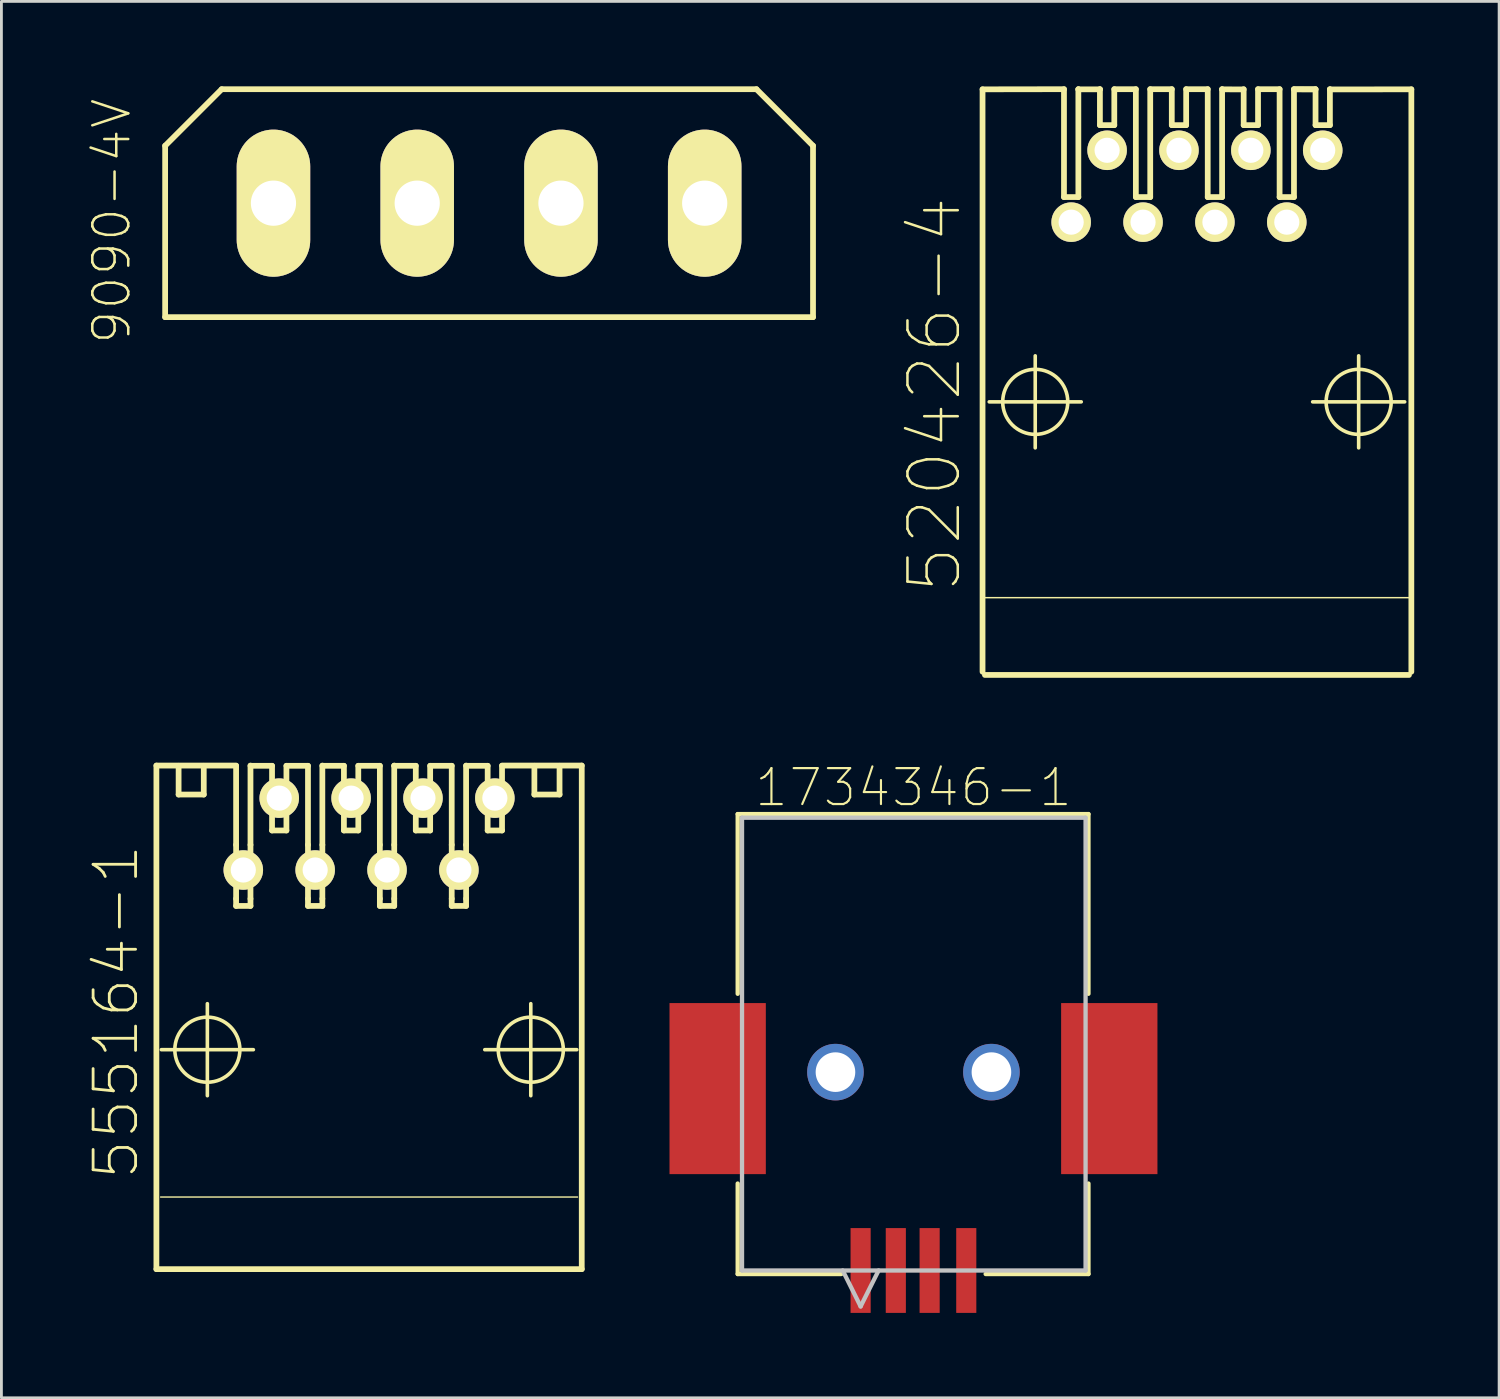
<source format=kicad_pcb>
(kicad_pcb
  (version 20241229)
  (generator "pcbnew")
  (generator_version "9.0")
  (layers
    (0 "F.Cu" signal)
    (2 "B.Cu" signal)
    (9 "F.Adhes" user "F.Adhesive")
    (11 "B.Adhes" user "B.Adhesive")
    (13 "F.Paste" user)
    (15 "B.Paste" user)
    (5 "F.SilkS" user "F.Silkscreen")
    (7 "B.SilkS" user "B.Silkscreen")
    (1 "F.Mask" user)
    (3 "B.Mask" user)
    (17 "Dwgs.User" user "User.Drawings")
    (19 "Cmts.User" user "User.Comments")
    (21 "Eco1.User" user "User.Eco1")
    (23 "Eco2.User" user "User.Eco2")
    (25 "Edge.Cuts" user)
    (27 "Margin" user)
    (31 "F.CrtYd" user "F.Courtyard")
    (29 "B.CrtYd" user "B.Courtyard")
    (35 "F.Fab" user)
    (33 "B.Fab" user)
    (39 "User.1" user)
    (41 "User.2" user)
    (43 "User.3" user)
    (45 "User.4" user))
  (footprint "1734346-1"
    (layer "F.Cu")
    (at 29.232 34.839)
    (property "Reference" "1734346-1" (at 0 -10.058 0) (layer "F.SilkS") (effects (font (size 1.27 1.27) (thickness 0.076))))
    (attr smd)
    (fp_line (start -6.212 -9.119) (end -6.212 -2.769) (stroke (width 0.152) (type solid)) (layer "F.SilkS"))
    (fp_line (start -6.212 3.937) (end -6.212 7.135) (stroke (width 0.152) (type solid)) (layer "F.SilkS"))
    (fp_line (start -6.212 7.135) (end -2.551 7.135) (stroke (width 0.152) (type solid)) (layer "F.SilkS"))
    (fp_line (start 2.551 7.135) (end 6.184 7.135) (stroke (width 0.152) (type solid)) (layer "F.SilkS"))
    (fp_line (start 6.184 -9.119) (end -6.212 -9.119) (stroke (width 0.152) (type solid)) (layer "F.SilkS"))
    (fp_line (start 6.184 -2.769) (end 6.184 -9.119) (stroke (width 0.152) (type solid)) (layer "F.SilkS"))
    (fp_line (start 6.184 7.135) (end 6.184 3.937) (stroke (width 0.152) (type solid)) (layer "F.SilkS"))
    (fp_line (start -6.059 -8.992) (end -6.059 7.01) (stroke (width 0.152) (type solid)) (layer "Dwgs.User"))
    (fp_line (start -6.059 7.01) (end 6.082 7.01) (stroke (width 0.152) (type solid)) (layer "Dwgs.User"))
    (fp_line (start -2.501 7.01) (end -1.868 8.28) (stroke (width 0.152) (type solid)) (layer "Dwgs.User"))
    (fp_line (start -1.233 7.01) (end -1.868 8.28) (stroke (width 0.152) (type solid)) (layer "Dwgs.User"))
    (fp_line (start 6.082 -8.992) (end -6.059 -8.992) (stroke (width 0.152) (type solid)) (layer "Dwgs.User"))
    (fp_line (start 6.082 7.01) (end 6.082 -8.992) (stroke (width 0.152) (type solid)) (layer "Dwgs.User"))
    (pad "1" smd rect (at -1.868 7.01) (size 0.711 2.997) (layers "F.Cu" "F.Mask" "F.Paste"))
    (pad "2" smd rect (at 0.571 7.01) (size 0.711 2.997) (layers "F.Cu" "F.Mask" "F.Paste"))
    (pad "3" smd rect (at 1.866 7.01) (size 0.711 2.997) (layers "F.Cu" "F.Mask" "F.Paste"))
    (pad "4" smd rect (at -0.624 7.01) (size 0.711 2.997) (layers "F.Cu" "F.Mask" "F.Paste"))
    (pad "5" smd rect (at -6.92 0.582) (size 3.404 6.045) (layers "F.Cu" "F.Mask" "F.Paste"))
    (pad "5" thru_hole circle (at -2.757 0) (size 2 2) (drill 1.4) (layers "*.Cu" "*.Paste" "*.Mask"))
    (pad "5" thru_hole circle (at 2.755 0) (size 2 2) (drill 1.4) (layers "*.Cu" "*.Paste" "*.Mask"))
    (pad "5" smd rect (at 6.92 0.582) (size 3.404 6.045) (layers "F.Cu" "F.Mask" "F.Paste")))
  (footprint "9090-4V"
    (layer "F.Cu")
    (at 14.234 4.13)
    (property "Reference" "9090-4V" (at -13.335 0.635 90) (layer "F.SilkS") (effects (font (size 1.27 1.27) (thickness 0.089))))
    (attr exclude_from_pos_files exclude_from_bom)
    (fp_line (start -11.448 -2.029) (end -9.449 -4.028) (stroke (width 0.203) (type solid)) (layer "F.SilkS"))
    (fp_line (start -11.448 4.028) (end -11.448 -2.029) (stroke (width 0.203) (type solid)) (layer "F.SilkS"))
    (fp_line (start -9.449 -4.028) (end 9.449 -4.028) (stroke (width 0.203) (type solid)) (layer "F.SilkS"))
    (fp_line (start 9.449 -4.028) (end 11.448 -2.029) (stroke (width 0.203) (type solid)) (layer "F.SilkS"))
    (fp_line (start 11.448 -2.029) (end 11.448 4.028) (stroke (width 0.203) (type solid)) (layer "F.SilkS"))
    (fp_line (start 11.448 4.028) (end -11.448 4.028) (stroke (width 0.203) (type solid)) (layer "F.SilkS"))
    (pad "1" thru_hole oval (at -7.62 0) (size 2.598 5.199) (drill 1.598) (layers "*.Cu" "F.Mask" "F.SilkS" "F.Paste"))
    (pad "2" thru_hole oval (at -2.54 0) (size 2.598 5.199) (drill 1.598) (layers "*.Cu" "F.Mask" "F.SilkS" "F.Paste"))
    (pad "3" thru_hole oval (at 2.54 0) (size 2.598 5.199) (drill 1.598) (layers "*.Cu" "F.Mask" "F.SilkS" "F.Paste"))
    (pad "4" thru_hole oval (at 7.62 0) (size 2.598 5.199) (drill 1.598) (layers "*.Cu" "F.Mask" "F.SilkS" "F.Paste")))
  (footprint "520426-4"
    (layer "F.Cu")
    (at 39.25 11.151)
    (property "Reference" "520426-4" (at -9.271 -0.254 90) (layer "F.SilkS") (effects (font (size 1.778 1.778) (thickness 0.089))))
    (attr exclude_from_pos_files exclude_from_bom)
    (fp_line (start -7.577 -11.044) (end -4.699 -11.049) (stroke (width 0.203) (type solid)) (layer "F.SilkS"))
    (fp_line (start -7.577 9.538) (end -7.577 -11.044) (stroke (width 0.203) (type solid)) (layer "F.SilkS"))
    (fp_line (start -7.341 0) (end -4.089 0) (stroke (width 0.127) (type solid)) (layer "F.SilkS"))
    (fp_line (start -5.715 1.626) (end -5.715 -1.626) (stroke (width 0.127) (type solid)) (layer "F.SilkS"))
    (fp_line (start -4.699 -11.049) (end -4.699 -7.236) (stroke (width 0.203) (type solid)) (layer "F.SilkS"))
    (fp_line (start -4.699 -7.236) (end -4.191 -7.236) (stroke (width 0.203) (type solid)) (layer "F.SilkS"))
    (fp_line (start -4.191 -11.049) (end -4.191 -11.044) (stroke (width 0.203) (type solid)) (layer "F.SilkS"))
    (fp_line (start -4.191 -11.044) (end -4.191 -7.236) (stroke (width 0.203) (type solid)) (layer "F.SilkS"))
    (fp_line (start -4.191 -11.044) (end -3.429 -11.044) (stroke (width 0.203) (type solid)) (layer "F.SilkS"))
    (fp_line (start -3.429 -11.049) (end -3.429 -11.044) (stroke (width 0.203) (type solid)) (layer "F.SilkS"))
    (fp_line (start -3.429 -11.044) (end -3.429 -9.779) (stroke (width 0.203) (type solid)) (layer "F.SilkS"))
    (fp_line (start -3.429 -9.779) (end -2.921 -9.779) (stroke (width 0.203) (type solid)) (layer "F.SilkS"))
    (fp_line (start -2.921 -11.049) (end -2.921 -9.779) (stroke (width 0.203) (type solid)) (layer "F.SilkS"))
    (fp_line (start -2.921 -11.049) (end -2.159 -11.049) (stroke (width 0.203) (type solid)) (layer "F.SilkS"))
    (fp_line (start -2.159 -11.049) (end -2.159 -7.236) (stroke (width 0.203) (type solid)) (layer "F.SilkS"))
    (fp_line (start -2.159 -7.236) (end -1.651 -7.236) (stroke (width 0.203) (type solid)) (layer "F.SilkS"))
    (fp_line (start -1.651 -11.049) (end -1.651 -7.236) (stroke (width 0.203) (type solid)) (layer "F.SilkS"))
    (fp_line (start -1.651 -11.049) (end -0.889 -11.049) (stroke (width 0.203) (type solid)) (layer "F.SilkS"))
    (fp_line (start -0.889 -11.049) (end -0.889 -9.779) (stroke (width 0.203) (type solid)) (layer "F.SilkS"))
    (fp_line (start -0.889 -9.779) (end -0.381 -9.779) (stroke (width 0.203) (type solid)) (layer "F.SilkS"))
    (fp_line (start -0.381 -11.049) (end -0.381 -9.779) (stroke (width 0.203) (type solid)) (layer "F.SilkS"))
    (fp_line (start -0.381 -11.049) (end 0.381 -11.049) (stroke (width 0.203) (type solid)) (layer "F.SilkS"))
    (fp_line (start 0.381 -11.049) (end 0.381 -7.236) (stroke (width 0.203) (type solid)) (layer "F.SilkS"))
    (fp_line (start 0.381 -7.236) (end 0.889 -7.236) (stroke (width 0.203) (type solid)) (layer "F.SilkS"))
    (fp_line (start 0.889 -11.049) (end 0.889 -11.044) (stroke (width 0.203) (type solid)) (layer "F.SilkS"))
    (fp_line (start 0.889 -11.044) (end 0.889 -7.236) (stroke (width 0.203) (type solid)) (layer "F.SilkS"))
    (fp_line (start 0.889 -11.044) (end 1.651 -11.041) (stroke (width 0.203) (type solid)) (layer "F.SilkS"))
    (fp_line (start 1.651 -11.049) (end 1.651 -9.779) (stroke (width 0.203) (type solid)) (layer "F.SilkS"))
    (fp_line (start 1.651 -9.779) (end 2.159 -9.779) (stroke (width 0.203) (type solid)) (layer "F.SilkS"))
    (fp_line (start 2.159 -11.049) (end 2.159 -9.779) (stroke (width 0.203) (type solid)) (layer "F.SilkS"))
    (fp_line (start 2.159 -11.049) (end 2.921 -11.049) (stroke (width 0.203) (type solid)) (layer "F.SilkS"))
    (fp_line (start 2.921 -11.049) (end 2.921 -7.236) (stroke (width 0.203) (type solid)) (layer "F.SilkS"))
    (fp_line (start 2.921 -7.236) (end 3.429 -7.236) (stroke (width 0.203) (type solid)) (layer "F.SilkS"))
    (fp_line (start 3.429 -11.049) (end 4.191 -11.049) (stroke (width 0.203) (type solid)) (layer "F.SilkS"))
    (fp_line (start 3.429 -11.044) (end 3.429 -7.236) (stroke (width 0.203) (type solid)) (layer "F.SilkS"))
    (fp_line (start 3.429 -11.044) (end 4.191 -11.041) (stroke (width 0.203) (type solid)) (layer "F.SilkS"))
    (fp_line (start 4.089 0) (end 7.341 0) (stroke (width 0.127) (type solid)) (layer "F.SilkS"))
    (fp_line (start 4.191 -11.049) (end 4.191 -9.779) (stroke (width 0.203) (type solid)) (layer "F.SilkS"))
    (fp_line (start 4.191 -9.779) (end 4.699 -9.779) (stroke (width 0.203) (type solid)) (layer "F.SilkS"))
    (fp_line (start 4.699 -11.049) (end 4.699 -11.041) (stroke (width 0.203) (type solid)) (layer "F.SilkS"))
    (fp_line (start 4.699 -11.041) (end 4.699 -9.779) (stroke (width 0.203) (type solid)) (layer "F.SilkS"))
    (fp_line (start 4.699 -11.041) (end 7.577 -11.044) (stroke (width 0.203) (type solid)) (layer "F.SilkS"))
    (fp_line (start 5.715 1.626) (end 5.715 -1.626) (stroke (width 0.127) (type solid)) (layer "F.SilkS"))
    (fp_line (start 7.493 9.652) (end -7.493 9.652) (stroke (width 0.203) (type solid)) (layer "F.SilkS"))
    (fp_line (start 7.556 6.921) (end -7.556 6.921) (stroke (width 0.051) (type solid)) (layer "F.SilkS"))
    (fp_line (start 7.577 -11.044) (end 7.577 9.538) (stroke (width 0.203) (type solid)) (layer "F.SilkS"))
    (fp_circle (center -5.715 0) (end -6.528 0.813) (stroke (width 0.127) (type solid)) (fill no) (layer "F.SilkS"))
    (fp_circle (center 5.715 0) (end 6.528 0.813) (stroke (width 0.127) (type solid)) (fill no) (layer "F.SilkS"))
    (pad "1" thru_hole circle (at -4.445 -6.35) (size 1.397 1.397) (drill 0.889) (layers "*.Cu" "F.Mask" "F.SilkS" "F.Paste"))
    (pad "2" thru_hole circle (at -3.175 -8.89) (size 1.397 1.397) (drill 0.889) (layers "*.Cu" "F.Mask" "F.SilkS" "F.Paste"))
    (pad "3" thru_hole circle (at -1.905 -6.35) (size 1.397 1.397) (drill 0.889) (layers "*.Cu" "F.Mask" "F.SilkS" "F.Paste"))
    (pad "4" thru_hole circle (at -0.635 -8.89) (size 1.397 1.397) (drill 0.889) (layers "*.Cu" "F.Mask" "F.SilkS" "F.Paste"))
    (pad "5" thru_hole circle (at 0.635 -6.35) (size 1.397 1.397) (drill 0.889) (layers "*.Cu" "F.Mask" "F.SilkS" "F.Paste"))
    (pad "6" thru_hole circle (at 1.905 -8.89) (size 1.397 1.397) (drill 0.889) (layers "*.Cu" "F.Mask" "F.SilkS" "F.Paste"))
    (pad "7" thru_hole circle (at 3.175 -6.35) (size 1.397 1.397) (drill 0.889) (layers "*.Cu" "F.Mask" "F.SilkS" "F.Paste"))
    (pad "8" thru_hole circle (at 4.445 -8.89) (size 1.397 1.397) (drill 0.889) (layers "*.Cu" "F.Mask" "F.SilkS" "F.Paste")))
  (footprint "555164-1"
    (layer "F.Cu")
    (at 9.993 32.903)
    (property "Reference" "555164-1" (at -8.941 -0.191 90) (layer "F.SilkS") (effects (font (size 1.501 1.501) (thickness 0.099))))
    (attr exclude_from_pos_files exclude_from_bom)
    (fp_line (start -7.516 -8.898) (end -4.699 -8.898) (stroke (width 0.203) (type solid)) (layer "F.SilkS"))
    (fp_line (start -7.516 8.898) (end -7.516 -8.898) (stroke (width 0.203) (type solid)) (layer "F.SilkS"))
    (fp_line (start -7.366 6.35) (end 7.366 6.35) (stroke (width 0.051) (type solid)) (layer "F.SilkS"))
    (fp_line (start -7.341 1.143) (end -4.089 1.143) (stroke (width 0.127) (type solid)) (layer "F.SilkS"))
    (fp_line (start -6.731 -8.89) (end -6.731 -7.874) (stroke (width 0.203) (type solid)) (layer "F.SilkS"))
    (fp_line (start -6.731 -7.874) (end -5.842 -7.874) (stroke (width 0.203) (type solid)) (layer "F.SilkS"))
    (fp_line (start -5.842 -7.874) (end -5.842 -8.89) (stroke (width 0.203) (type solid)) (layer "F.SilkS"))
    (fp_line (start -5.715 2.769) (end -5.715 -0.483) (stroke (width 0.127) (type solid)) (layer "F.SilkS"))
    (fp_line (start -4.699 -6.096) (end -4.699 -8.89) (stroke (width 0.203) (type solid)) (layer "F.SilkS"))
    (fp_line (start -4.699 -6.096) (end -4.699 -4.191) (stroke (width 0.203) (type solid)) (layer "F.SilkS"))
    (fp_line (start -4.699 -3.937) (end -4.699 -4.191) (stroke (width 0.203) (type solid)) (layer "F.SilkS"))
    (fp_line (start -4.191 -8.89) (end -3.429 -8.89) (stroke (width 0.203) (type solid)) (layer "F.SilkS"))
    (fp_line (start -4.191 -6.096) (end -4.191 -8.898) (stroke (width 0.203) (type solid)) (layer "F.SilkS"))
    (fp_line (start -4.191 -6.096) (end -4.191 -4.191) (stroke (width 0.203) (type solid)) (layer "F.SilkS"))
    (fp_line (start -4.191 -3.937) (end -4.699 -3.937) (stroke (width 0.203) (type solid)) (layer "F.SilkS"))
    (fp_line (start -4.191 -3.937) (end -4.191 -4.191) (stroke (width 0.203) (type solid)) (layer "F.SilkS"))
    (fp_line (start -3.429 -8.89) (end -3.429 -6.604) (stroke (width 0.203) (type solid)) (layer "F.SilkS"))
    (fp_line (start -2.921 -8.89) (end -2.921 -6.604) (stroke (width 0.203) (type solid)) (layer "F.SilkS"))
    (fp_line (start -2.921 -8.89) (end -2.159 -8.89) (stroke (width 0.203) (type solid)) (layer "F.SilkS"))
    (fp_line (start -2.921 -6.604) (end -3.429 -6.604) (stroke (width 0.203) (type solid)) (layer "F.SilkS"))
    (fp_line (start -2.159 -6.096) (end -2.159 -8.89) (stroke (width 0.203) (type solid)) (layer "F.SilkS"))
    (fp_line (start -2.159 -6.096) (end -2.159 -4.191) (stroke (width 0.203) (type solid)) (layer "F.SilkS"))
    (fp_line (start -2.159 -3.937) (end -2.159 -4.191) (stroke (width 0.203) (type solid)) (layer "F.SilkS"))
    (fp_line (start -1.651 -8.89) (end -0.889 -8.89) (stroke (width 0.203) (type solid)) (layer "F.SilkS"))
    (fp_line (start -1.651 -6.096) (end -1.651 -8.898) (stroke (width 0.203) (type solid)) (layer "F.SilkS"))
    (fp_line (start -1.651 -6.096) (end -1.651 -4.191) (stroke (width 0.203) (type solid)) (layer "F.SilkS"))
    (fp_line (start -1.651 -3.937) (end -2.159 -3.937) (stroke (width 0.203) (type solid)) (layer "F.SilkS"))
    (fp_line (start -1.651 -3.937) (end -1.651 -4.191) (stroke (width 0.203) (type solid)) (layer "F.SilkS"))
    (fp_line (start -0.889 -8.89) (end -0.889 -6.604) (stroke (width 0.203) (type solid)) (layer "F.SilkS"))
    (fp_line (start -0.381 -8.89) (end -0.381 -6.604) (stroke (width 0.203) (type solid)) (layer "F.SilkS"))
    (fp_line (start -0.381 -8.89) (end 0.381 -8.89) (stroke (width 0.203) (type solid)) (layer "F.SilkS"))
    (fp_line (start -0.381 -6.604) (end -0.889 -6.604) (stroke (width 0.203) (type solid)) (layer "F.SilkS"))
    (fp_line (start 0.381 -6.096) (end 0.381 -8.89) (stroke (width 0.203) (type solid)) (layer "F.SilkS"))
    (fp_line (start 0.381 -6.096) (end 0.381 -4.191) (stroke (width 0.203) (type solid)) (layer "F.SilkS"))
    (fp_line (start 0.381 -3.937) (end 0.381 -4.191) (stroke (width 0.203) (type solid)) (layer "F.SilkS"))
    (fp_line (start 0.889 -8.89) (end 0.889 -8.898) (stroke (width 0.203) (type solid)) (layer "F.SilkS"))
    (fp_line (start 0.889 -8.89) (end 1.651 -8.89) (stroke (width 0.203) (type solid)) (layer "F.SilkS"))
    (fp_line (start 0.889 -6.096) (end 0.889 -8.89) (stroke (width 0.203) (type solid)) (layer "F.SilkS"))
    (fp_line (start 0.889 -6.096) (end 0.889 -4.191) (stroke (width 0.203) (type solid)) (layer "F.SilkS"))
    (fp_line (start 0.889 -3.937) (end 0.381 -3.937) (stroke (width 0.203) (type solid)) (layer "F.SilkS"))
    (fp_line (start 0.889 -3.937) (end 0.889 -4.191) (stroke (width 0.203) (type solid)) (layer "F.SilkS"))
    (fp_line (start 1.651 -8.89) (end 1.651 -6.604) (stroke (width 0.203) (type solid)) (layer "F.SilkS"))
    (fp_line (start 2.159 -8.89) (end 2.159 -6.604) (stroke (width 0.203) (type solid)) (layer "F.SilkS"))
    (fp_line (start 2.159 -8.89) (end 2.921 -8.89) (stroke (width 0.203) (type solid)) (layer "F.SilkS"))
    (fp_line (start 2.159 -6.604) (end 1.651 -6.604) (stroke (width 0.203) (type solid)) (layer "F.SilkS"))
    (fp_line (start 2.921 -6.096) (end 2.921 -8.89) (stroke (width 0.203) (type solid)) (layer "F.SilkS"))
    (fp_line (start 2.921 -6.096) (end 2.921 -4.191) (stroke (width 0.203) (type solid)) (layer "F.SilkS"))
    (fp_line (start 2.921 -3.937) (end 2.921 -4.191) (stroke (width 0.203) (type solid)) (layer "F.SilkS"))
    (fp_line (start 3.429 -8.89) (end 4.191 -8.89) (stroke (width 0.203) (type solid)) (layer "F.SilkS"))
    (fp_line (start 3.429 -6.096) (end 3.429 -8.898) (stroke (width 0.203) (type solid)) (layer "F.SilkS"))
    (fp_line (start 3.429 -6.096) (end 3.429 -4.191) (stroke (width 0.203) (type solid)) (layer "F.SilkS"))
    (fp_line (start 3.429 -3.937) (end 2.921 -3.937) (stroke (width 0.203) (type solid)) (layer "F.SilkS"))
    (fp_line (start 3.429 -3.937) (end 3.429 -4.191) (stroke (width 0.203) (type solid)) (layer "F.SilkS"))
    (fp_line (start 4.089 1.143) (end 7.341 1.143) (stroke (width 0.127) (type solid)) (layer "F.SilkS"))
    (fp_line (start 4.191 -8.89) (end 4.191 -6.604) (stroke (width 0.203) (type solid)) (layer "F.SilkS"))
    (fp_line (start 4.699 -8.898) (end 7.516 -8.898) (stroke (width 0.203) (type solid)) (layer "F.SilkS"))
    (fp_line (start 4.699 -8.89) (end 4.699 -6.604) (stroke (width 0.203) (type solid)) (layer "F.SilkS"))
    (fp_line (start 4.699 -6.604) (end 4.191 -6.604) (stroke (width 0.203) (type solid)) (layer "F.SilkS"))
    (fp_line (start 5.715 2.769) (end 5.715 -0.483) (stroke (width 0.127) (type solid)) (layer "F.SilkS"))
    (fp_line (start 5.842 -7.874) (end 5.842 -8.89) (stroke (width 0.203) (type solid)) (layer "F.SilkS"))
    (fp_line (start 6.731 -8.89) (end 6.731 -7.874) (stroke (width 0.203) (type solid)) (layer "F.SilkS"))
    (fp_line (start 6.731 -7.874) (end 5.842 -7.874) (stroke (width 0.203) (type solid)) (layer "F.SilkS"))
    (fp_line (start 7.516 -8.898) (end 7.516 8.898) (stroke (width 0.203) (type solid)) (layer "F.SilkS"))
    (fp_line (start 7.516 8.898) (end -7.516 8.898) (stroke (width 0.203) (type solid)) (layer "F.SilkS"))
    (fp_circle (center -5.715 1.143) (end -6.528 1.956) (stroke (width 0.127) (type solid)) (fill no) (layer "F.SilkS"))
    (fp_circle (center 5.715 1.143) (end 6.528 1.956) (stroke (width 0.127) (type solid)) (fill no) (layer "F.SilkS"))
    (pad "1" thru_hole circle (at -4.445 -5.207) (size 1.397 1.397) (drill 0.889) (layers "*.Cu" "F.Mask" "F.SilkS" "F.Paste"))
    (pad "2" thru_hole circle (at -3.175 -7.747) (size 1.397 1.397) (drill 0.889) (layers "*.Cu" "F.Mask" "F.SilkS" "F.Paste"))
    (pad "3" thru_hole circle (at -1.905 -5.207) (size 1.397 1.397) (drill 0.889) (layers "*.Cu" "F.Mask" "F.SilkS" "F.Paste"))
    (pad "4" thru_hole circle (at -0.635 -7.747) (size 1.397 1.397) (drill 0.889) (layers "*.Cu" "F.Mask" "F.SilkS" "F.Paste"))
    (pad "5" thru_hole circle (at 0.635 -5.207) (size 1.397 1.397) (drill 0.889) (layers "*.Cu" "F.Mask" "F.SilkS" "F.Paste"))
    (pad "6" thru_hole circle (at 1.905 -7.747) (size 1.397 1.397) (drill 0.889) (layers "*.Cu" "F.Mask" "F.SilkS" "F.Paste"))
    (pad "7" thru_hole circle (at 3.175 -5.207) (size 1.397 1.397) (drill 0.889) (layers "*.Cu" "F.Mask" "F.SilkS" "F.Paste"))
    (pad "8" thru_hole circle (at 4.445 -7.747) (size 1.397 1.397) (drill 0.889) (layers "*.Cu" "F.Mask" "F.SilkS" "F.Paste")))
  (gr_rect
    (start -3 -3)
    (end 49.929 46.348)
    (stroke (width 0.1) (type default))
    (fill no)
    (layer "Edge.Cuts")))
</source>
